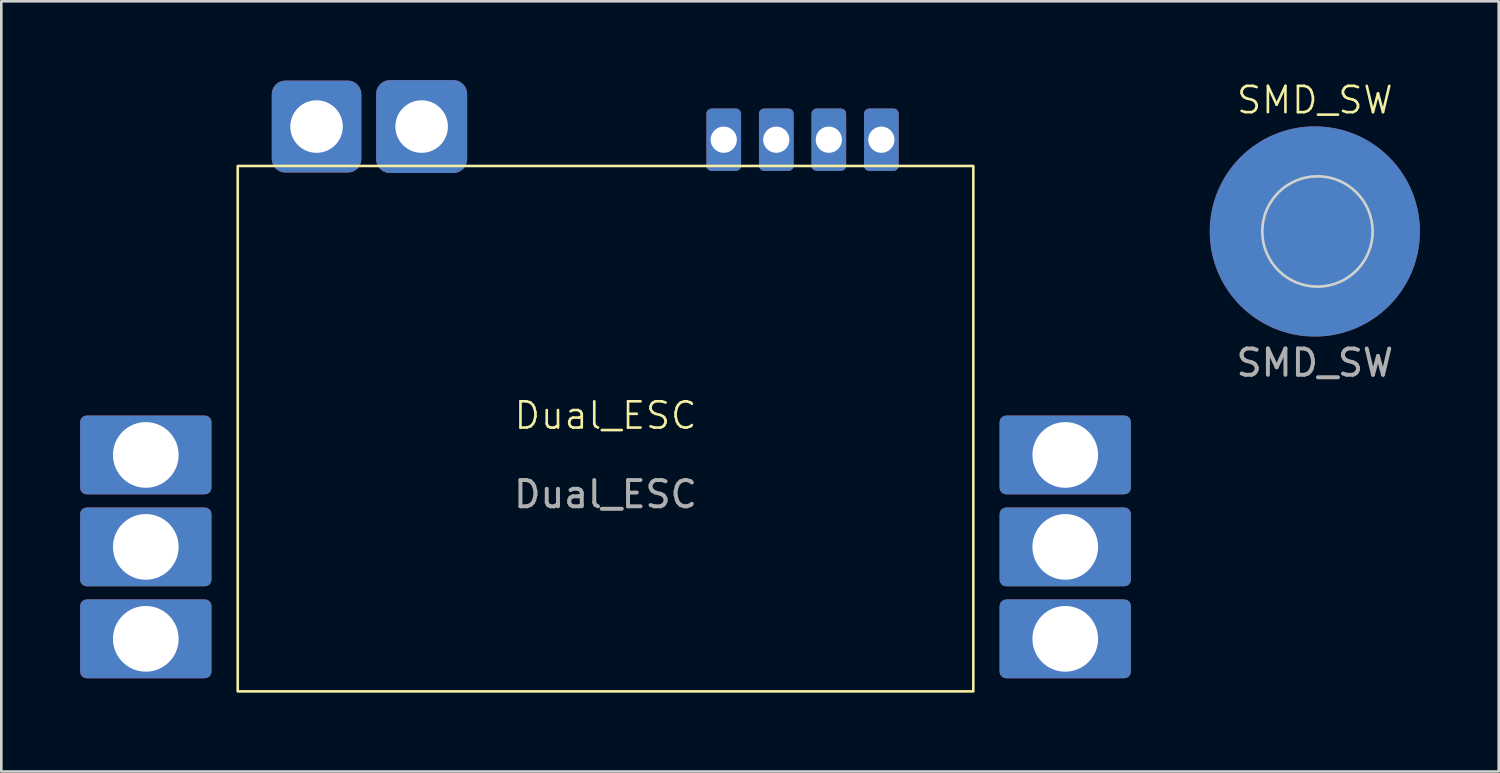
<source format=kicad_pcb>
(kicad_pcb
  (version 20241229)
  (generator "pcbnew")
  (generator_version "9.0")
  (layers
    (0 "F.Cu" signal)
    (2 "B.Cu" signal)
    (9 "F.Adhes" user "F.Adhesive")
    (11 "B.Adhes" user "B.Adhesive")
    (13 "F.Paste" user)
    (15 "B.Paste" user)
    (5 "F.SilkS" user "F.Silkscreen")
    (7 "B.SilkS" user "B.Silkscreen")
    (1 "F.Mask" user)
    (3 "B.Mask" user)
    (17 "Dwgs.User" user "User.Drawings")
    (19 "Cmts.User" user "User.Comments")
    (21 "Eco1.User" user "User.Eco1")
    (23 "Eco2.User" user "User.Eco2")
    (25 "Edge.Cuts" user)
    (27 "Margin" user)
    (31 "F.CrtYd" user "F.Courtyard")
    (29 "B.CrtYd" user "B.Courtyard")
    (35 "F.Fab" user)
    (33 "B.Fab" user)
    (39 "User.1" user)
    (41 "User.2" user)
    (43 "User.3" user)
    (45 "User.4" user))
  (footprint "SMD_SW"
    (layer "F.Cu")
    (at 47 5.761)
    (property "Reference" "SMD_SW" (at 0 -5 0) (unlocked yes) (layer "F.SilkS") (effects (font (size 1 1) (thickness 0.1))))
    (attr smd)
    (fp_circle (center 0.1 0) (end 2.2 0) (stroke (width 0.1) (type solid)) (fill no) (layer "Edge.Cuts"))
    (fp_text user "${REFERENCE}" (at 0 5 0) (unlocked yes) (layer "F.Fab") (effects (font (size 1 1) (thickness 0.15))))
    (pad "1" smd circle (at 0 0) (size 8 8) (layers "B.Cu" "B.Mask" "B.Paste"))
    (pad "2" smd circle (at 0 0) (size 8 8) (layers "F.Cu" "F.Mask" "F.Paste")))
  (footprint "Dual_ESC"
    (layer "F.Cu")
    (at 20 13.268)
    (property "Reference" "Dual_ESC" (at 0 -0.5 0) (unlocked yes) (layer "F.SilkS") (effects (font (size 1 1) (thickness 0.1))))
    (attr smd)
    (fp_rect (start -14 -10) (end 14 10) (stroke (width 0.1) (type default)) (fill no) (layer "F.SilkS"))
    (fp_text user "${REFERENCE}" (at 0 2.5 0) (unlocked yes) (layer "F.Fab") (effects (font (size 1 1) (thickness 0.15))))
    (pad "1" thru_hole roundrect (at -11 -11.5) (size 3.409 3.501) (drill 2) (layers "*.Cu" "*.Mask") (roundrect_rratio 0.15))
    (pad "2" thru_hole roundrect (at -7 -11.5) (size 3.466 3.535) (drill 2) (layers "*.Cu" "*.Mask") (roundrect_rratio 0.15))
    (pad "3" thru_hole roundrect (at 4.5 -11) (size 1.319 2.375) (drill 1) (layers "*.Cu" "*.Mask") (roundrect_rratio 0.15))
    (pad "4" thru_hole roundrect (at 6.5 -11) (size 1.319 2.375) (drill 1) (layers "*.Cu" "*.Mask") (roundrect_rratio 0.15))
    (pad "5" thru_hole roundrect (at 8.5 -11) (size 1.319 2.375) (drill 1) (layers "*.Cu" "*.Mask") (roundrect_rratio 0.15))
    (pad "6" thru_hole roundrect (at 10.5 -11) (size 1.319 2.375) (drill 1) (layers "*.Cu" "*.Mask") (roundrect_rratio 0.15))
    (pad "7" thru_hole roundrect (at -17.5 1) (size 5 3) (drill 2.5) (layers "*.Cu" "*.Mask") (roundrect_rratio 0.083))
    (pad "8" thru_hole roundrect (at -17.5 4.5) (size 5 3) (drill 2.5) (layers "*.Cu" "*.Mask") (roundrect_rratio 0.083))
    (pad "9" thru_hole roundrect (at -17.5 8) (size 5 3) (drill 2.5) (layers "*.Cu" "*.Mask") (roundrect_rratio 0.083))
    (pad "10" thru_hole roundrect (at 17.5 1) (size 5 3) (drill 2.5) (layers "*.Cu" "*.Mask") (roundrect_rratio 0.083))
    (pad "11" thru_hole roundrect (at 17.5 4.5) (size 5 3) (drill 2.5) (layers "*.Cu" "*.Mask") (roundrect_rratio 0.083))
    (pad "12" thru_hole roundrect (at 17.5 8) (size 5 3) (drill 2.5) (layers "*.Cu" "*.Mask") (roundrect_rratio 0.083)))
  (gr_rect
    (start -3 -3)
    (end 54 26.318)
    (stroke (width 0.1) (type default))
    (fill no)
    (layer "Edge.Cuts")))
</source>
